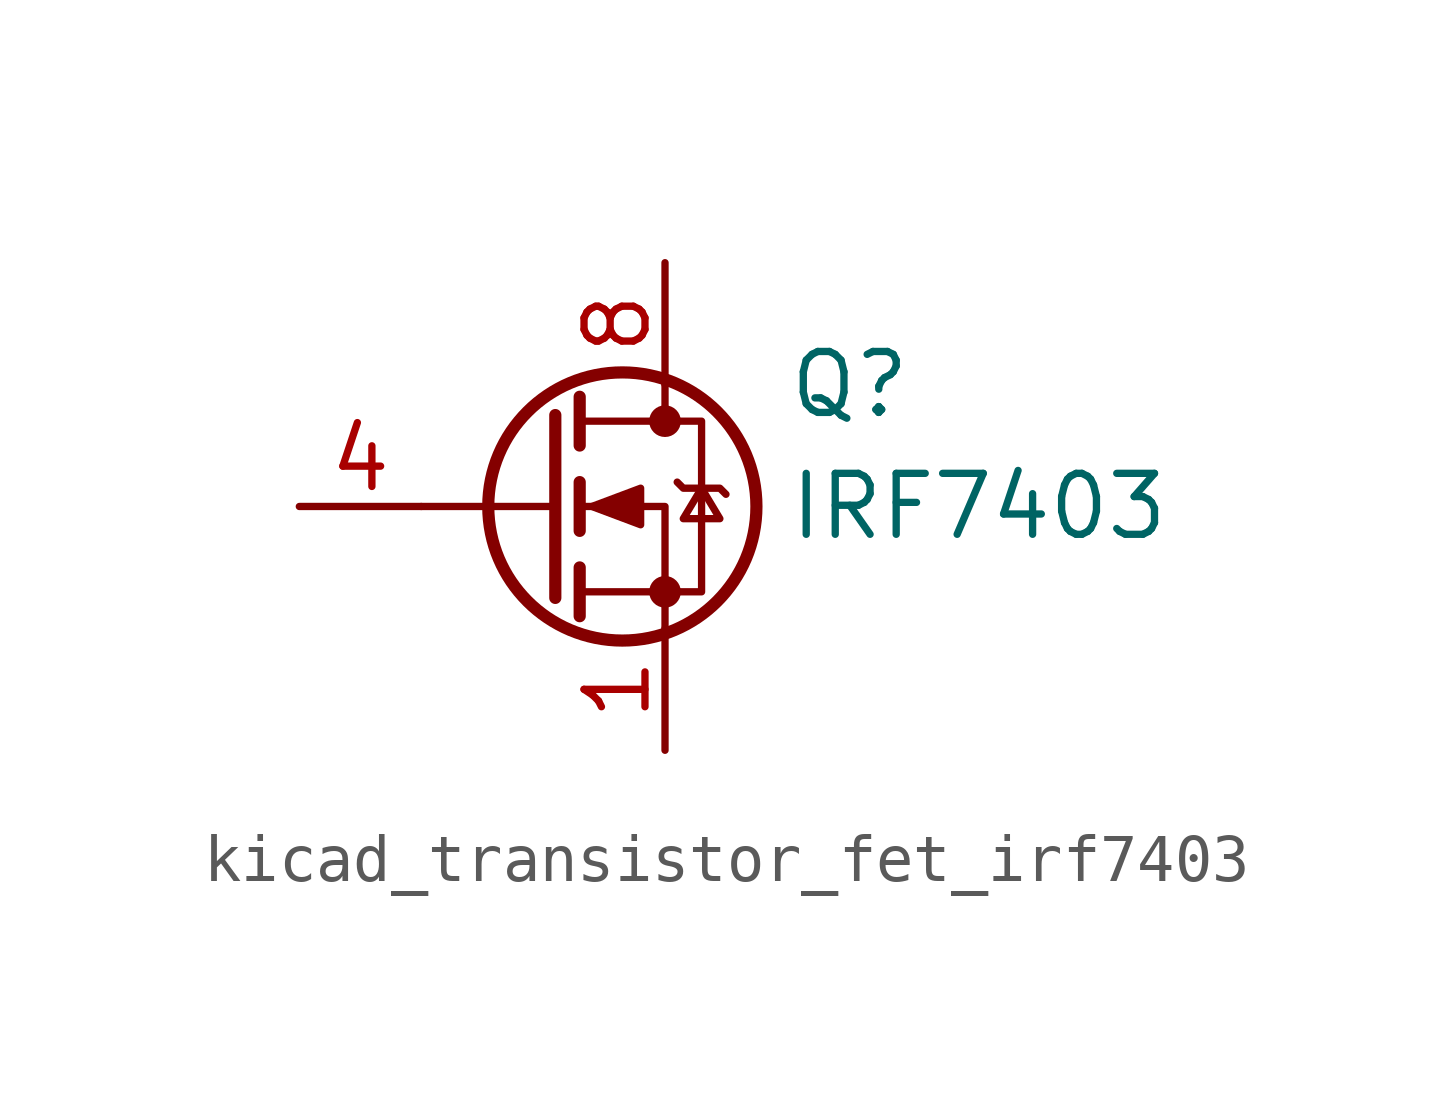
<source format=kicad_sym>
(kicad_symbol_lib
  (version 20220914)
  (generator kicad_symbol_editor)
  (symbol "kicad_transistor_fet_irf7403"
    (pin_names hide)
    (property "Reference" "Q"
      (at 5.08 2.54 0)
      (effects (font (size 1.27 1.27)) (justify left)))
    (property "Value" "IRF7403"
      (at 5.08 0 0)
      (effects (font (size 1.27 1.27)) (justify left)))
    (symbol "kicad_transistor_fet_irf7403_0_1"
      (polyline (pts (xy 0.254 0) (xy -2.54 0)) (stroke (width 0) (type default)) (fill (type none)))
      (polyline (pts (xy 0.254 1.905) (xy 0.254 -1.905)) (stroke (width 0.254) (type default)) (fill (type none)))
      (polyline (pts (xy 0.762 -1.27) (xy 0.762 -2.286)) (stroke (width 0.254) (type default)) (fill (type none)))
      (polyline (pts (xy 0.762 0.508) (xy 0.762 -0.508)) (stroke (width 0.254) (type default)) (fill (type none)))
      (polyline (pts (xy 0.762 2.286) (xy 0.762 1.27)) (stroke (width 0.254) (type default)) (fill (type none)))
      (polyline (pts (xy 2.54 2.54) (xy 2.54 1.778)) (stroke (width 0) (type default)) (fill (type none)))
      (polyline (pts (xy 2.54 -2.54) (xy 2.54 0) (xy 0.762 0)) (stroke (width 0) (type default)) (fill (type none)))
      (polyline (pts (xy 0.762 -1.778) (xy 3.302 -1.778) (xy 3.302 1.778) (xy 0.762 1.778)) (stroke (width 0) (type default)) (fill (type none)))
      (polyline (pts (xy 1.016 0) (xy 2.032 0.381) (xy 2.032 -0.381) (xy 1.016 0)) (stroke (width 0) (type default)) (fill (type outline)))
      (polyline (pts (xy 2.794 0.508) (xy 2.921 0.381) (xy 3.683 0.381) (xy 3.81 0.254)) (stroke (width 0) (type default)) (fill (type none)))
      (polyline (pts (xy 3.302 0.381) (xy 2.921 -0.254) (xy 3.683 -0.254) (xy 3.302 0.381)) (stroke (width 0) (type default)) (fill (type none)))
      (circle (center 1.651 0) (radius 2.794) (stroke (width 0.254) (type default)) (fill (type none)))
      (circle (center 2.54 -1.778) (radius 0.254) (stroke (width 0) (type default)) (fill (type outline)))
      (circle (center 2.54 1.778) (radius 0.254) (stroke (width 0) (type default)) (fill (type outline))))
    (symbol "kicad_transistor_fet_irf7403_1_1"
      (pin passive line (at 2.54 -5.08 90) (length 2.54) (name "S" (effects (font (size 1.27 1.27)))) (number "1" (effects (font (size 1.27 1.27)))))
      (pin passive line (at 2.54 -5.08 90) (length 2.54) hide (name "S" (effects (font (size 1.27 1.27)))) (number "2" (effects (font (size 1.27 1.27)))))
      (pin passive line (at 2.54 -5.08 90) (length 2.54) hide (name "S" (effects (font (size 1.27 1.27)))) (number "3" (effects (font (size 1.27 1.27)))))
      (pin input line (at -5.08 0 0) (length 2.54) (name "G" (effects (font (size 1.27 1.27)))) (number "4" (effects (font (size 1.27 1.27)))))
      (pin passive line (at 2.54 5.08 270) (length 2.54) hide (name "D" (effects (font (size 1.27 1.27)))) (number "5" (effects (font (size 1.27 1.27)))))
      (pin passive line (at 2.54 5.08 270) (length 2.54) hide (name "D" (effects (font (size 1.27 1.27)))) (number "6" (effects (font (size 1.27 1.27)))))
      (pin passive line (at 2.54 5.08 270) (length 2.54) hide (name "D" (effects (font (size 1.27 1.27)))) (number "7" (effects (font (size 1.27 1.27)))))
      (pin passive line (at 2.54 5.08 270) (length 2.54) (name "D" (effects (font (size 1.27 1.27)))) (number "8" (effects (font (size 1.27 1.27))))))))
</source>
